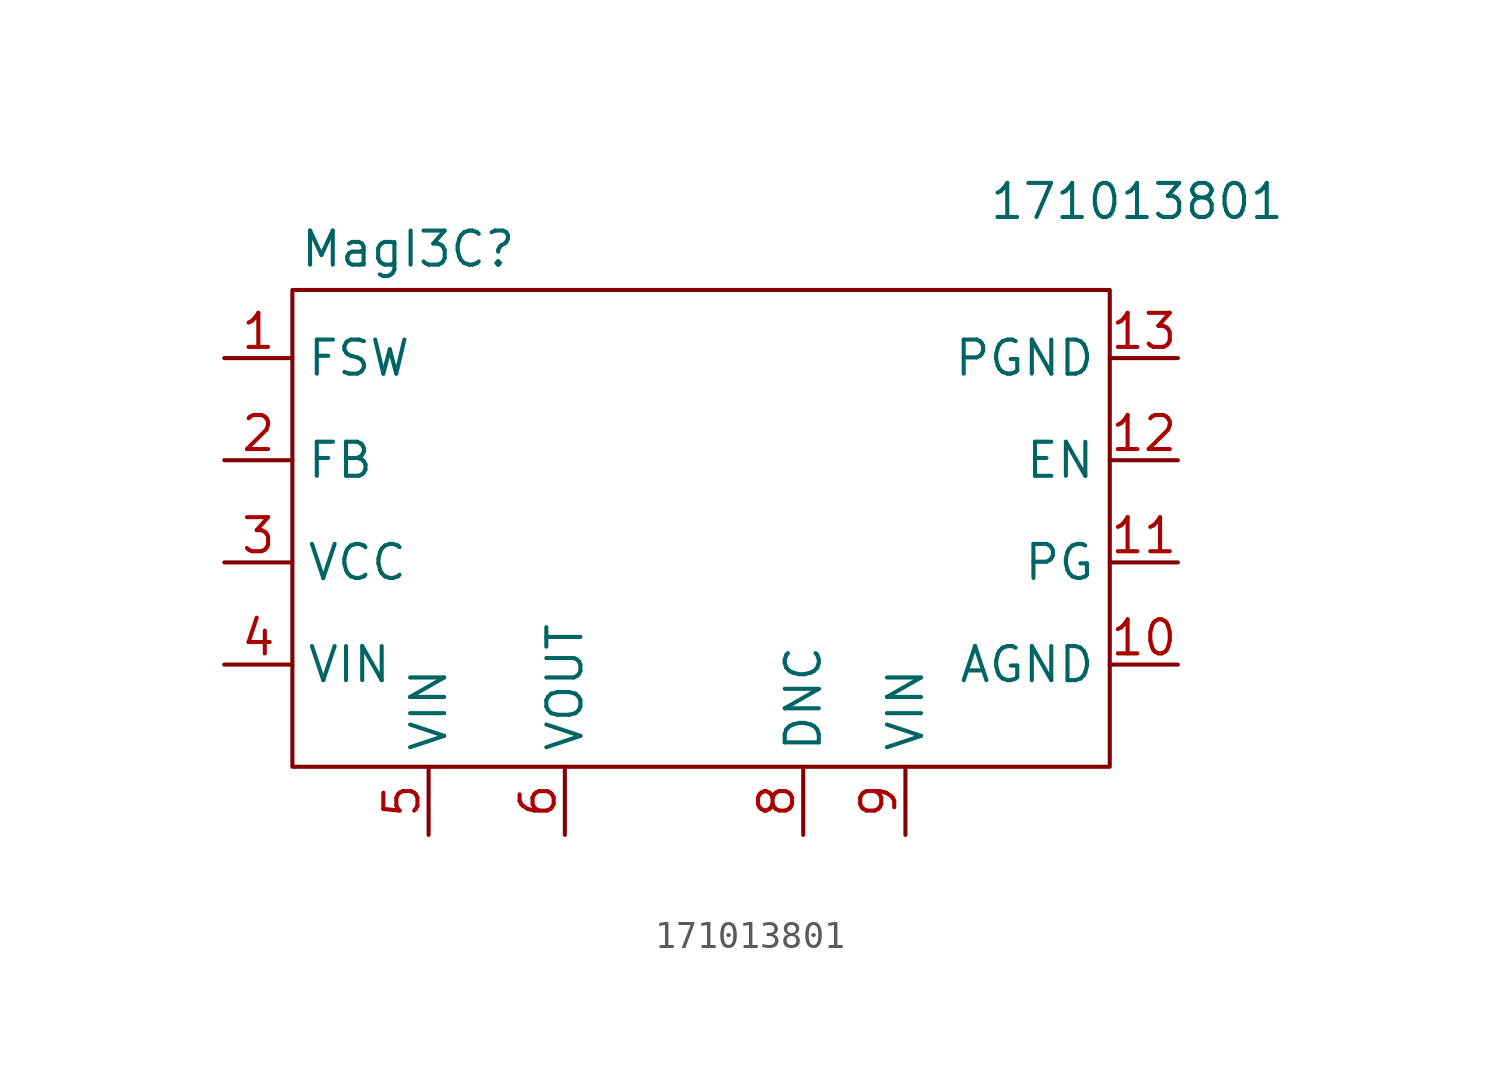
<source format=kicad_sym>
(kicad_symbol_lib
  (version 20231120)
  (generator "kicad_symbol_editor")
  (generator_version "8.0")
  (symbol "171013801"
    (property "Reference" "MagI3C"
      (at -10.922 10.414 0)
      (effects (font (size 1.27 1.27))))
    (property "Value" "171013801"
      (at 16.256 12.192 0)
      (effects (font (size 1.27 1.27))))
    (symbol "171013801_0_1"
      (rectangle (start -15.24 8.89) (end 15.24 -8.89) (stroke (width 0) (type default)) (fill (type none))))
    (symbol "171013801_1_1"
      (pin input line (at -17.78 6.35 0) (length 2.54) (name "FSW" (effects (font (size 1.27 1.27)))) (number "1" (effects (font (size 1.27 1.27)))))
      (pin power_in line (at 17.78 -5.08 180) (length 2.54) (name "AGND" (effects (font (size 1.27 1.27)))) (number "10" (effects (font (size 1.27 1.27)))))
      (pin output line (at 17.78 -1.27 180) (length 2.54) (name "PG" (effects (font (size 1.27 1.27)))) (number "11" (effects (font (size 1.27 1.27)))))
      (pin input line (at 17.78 2.54 180) (length 2.54) (name "EN" (effects (font (size 1.27 1.27)))) (number "12" (effects (font (size 1.27 1.27)))))
      (pin power_in line (at 17.78 6.35 180) (length 2.54) (name "PGND" (effects (font (size 1.27 1.27)))) (number "13" (effects (font (size 1.27 1.27)))))
      (pin input line (at -17.78 2.54 0) (length 2.54) (name "FB" (effects (font (size 1.27 1.27)))) (number "2" (effects (font (size 1.27 1.27)))))
      (pin power_in line (at -17.78 -1.27 0) (length 2.54) (name "VCC" (effects (font (size 1.27 1.27)))) (number "3" (effects (font (size 1.27 1.27)))))
      (pin power_in line (at -17.78 -5.08 0) (length 2.54) (name "VIN" (effects (font (size 1.27 1.27)))) (number "4" (effects (font (size 1.27 1.27)))))
      (pin power_in line (at -10.16 -11.43 90) (length 2.54) (name "VIN" (effects (font (size 1.27 1.27)))) (number "5" (effects (font (size 1.27 1.27)))))
      (pin power_out line (at -5.08 -11.43 90) (length 2.54) (name "VOUT" (effects (font (size 1.27 1.27)))) (number "6" (effects (font (size 1.27 1.27)))))
      (pin power_out line (at -5.08 -11.43 90) (length 2.54) hide (name "VOUT" (effects (font (size 1.27 1.27)))) (number "7" (effects (font (size 1.27 1.27)))))
      (pin unspecified line (at 3.81 -11.43 90) (length 2.54) (name "DNC" (effects (font (size 1.27 1.27)))) (number "8" (effects (font (size 1.27 1.27)))))
      (pin power_in line (at 7.62 -11.43 90) (length 2.54) (name "VIN" (effects (font (size 1.27 1.27)))) (number "9" (effects (font (size 1.27 1.27))))))))
</source>
